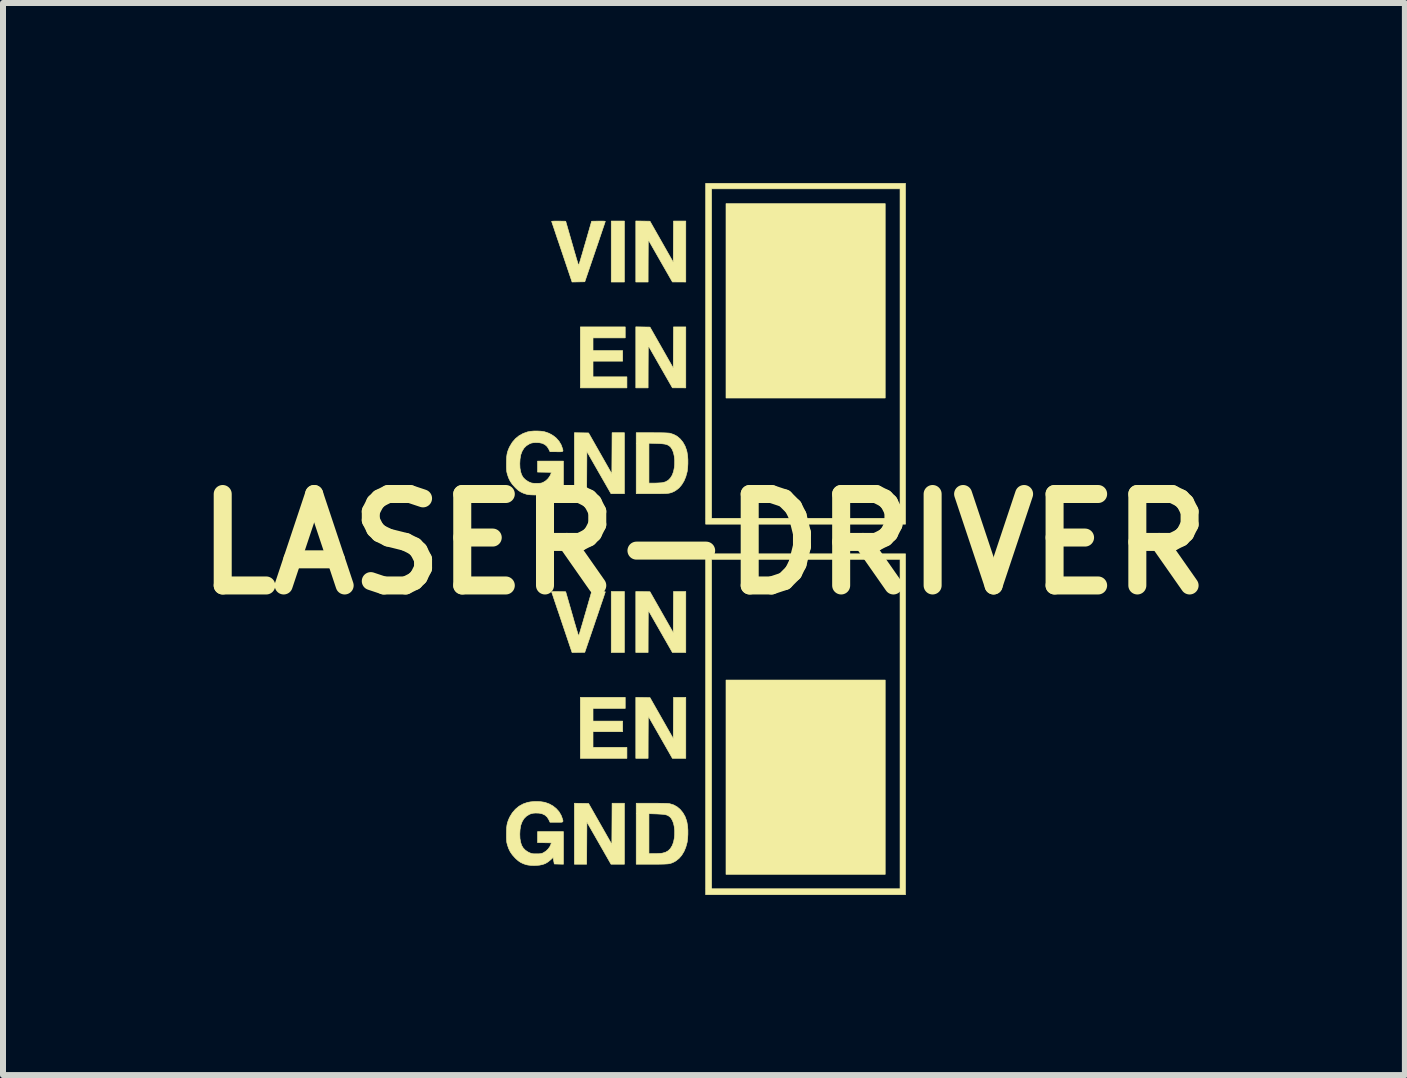
<source format=kicad_pcb>
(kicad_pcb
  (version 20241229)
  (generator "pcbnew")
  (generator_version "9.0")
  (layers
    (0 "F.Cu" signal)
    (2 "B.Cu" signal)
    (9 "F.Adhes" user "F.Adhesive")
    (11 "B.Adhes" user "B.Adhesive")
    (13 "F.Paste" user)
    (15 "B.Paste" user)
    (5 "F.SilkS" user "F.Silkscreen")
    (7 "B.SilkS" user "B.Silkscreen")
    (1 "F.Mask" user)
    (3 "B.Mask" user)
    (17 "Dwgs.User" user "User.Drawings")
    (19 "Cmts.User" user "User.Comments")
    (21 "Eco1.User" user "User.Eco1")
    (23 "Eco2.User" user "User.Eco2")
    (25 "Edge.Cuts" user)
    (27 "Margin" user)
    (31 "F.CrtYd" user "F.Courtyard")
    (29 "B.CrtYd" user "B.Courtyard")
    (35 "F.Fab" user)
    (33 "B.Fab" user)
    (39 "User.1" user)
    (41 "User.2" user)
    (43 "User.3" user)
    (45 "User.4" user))
  (footprint "LASER-DRIVER"
    (layer "F.Cu")
    (at 8.68 6.016)
    (property "Reference" "LASER-DRIVER" (at 0 0 0) (layer "F.SilkS") (effects (font (size 1.524 1.524) (thickness 0.3))))
    (attr through_hole)
    (fp_poly (pts (xy -1.326 -4.367) (xy -1.545 -4.367) (xy -1.545 -5.383) (xy -1.326 -5.383) (xy -1.326 -4.367)) (stroke (width 0.01) (type solid)) (fill yes) (layer "F.SilkS"))
    (fp_poly (pts (xy -1.326 1.806) (xy -1.545 1.806) (xy -1.545 0.79) (xy -1.326 0.79) (xy -1.326 1.806)) (stroke (width 0.01) (type solid)) (fill yes) (layer "F.SilkS"))
    (fp_poly (pts (xy 3.02 -2.434) (xy 0.367 -2.434) (xy 0.367 -5.673) (xy 3.02 -5.673) (xy 3.02 -2.434)) (stroke (width 0.01) (type solid)) (fill yes) (layer "F.SilkS"))
    (fp_poly (pts (xy 3.02 5.503) (xy 0.367 5.503) (xy 0.367 2.265) (xy 3.02 2.265) (xy 3.02 5.503)) (stroke (width 0.01) (type solid)) (fill yes) (layer "F.SilkS"))
    (fp_poly (pts (xy 3.358 -0.332) (xy 0.028 -0.332) (xy 0.028 -5.92) (xy 0.127 -5.92) (xy 0.127 -0.43) (xy 3.267 -0.43) (xy 3.267 -5.92) (xy 0.127 -5.92) (xy 0.028 -5.92) (xy 0.028 -6.011) (xy 3.358 -6.011) (xy 3.358 -0.332)) (stroke (width 0.01) (type solid)) (fill yes) (layer "F.SilkS"))
    (fp_poly (pts (xy 3.358 5.842) (xy 0.028 5.842) (xy 0.028 0.254) (xy 0.127 0.254) (xy 0.127 5.743) (xy 3.267 5.743) (xy 3.267 0.254) (xy 0.127 0.254) (xy 0.028 0.254) (xy 0.028 0.162) (xy 3.358 0.162) (xy 3.358 5.842)) (stroke (width 0.01) (type solid)) (fill yes) (layer "F.SilkS"))
    (fp_poly (pts (xy -1.312 -3.436) (xy -1.849 -3.436) (xy -1.849 -3.224) (xy -1.355 -3.224) (xy -1.355 -3.048) (xy -1.849 -3.048) (xy -1.849 -2.787) (xy -1.284 -2.787) (xy -1.284 -2.603) (xy -2.06 -2.603) (xy -2.06 -3.619) (xy -1.312 -3.619) (xy -1.312 -3.436)) (stroke (width 0.01) (type solid)) (fill yes) (layer "F.SilkS"))
    (fp_poly (pts (xy -1.312 2.738) (xy -1.849 2.738) (xy -1.849 2.949) (xy -1.355 2.949) (xy -1.355 3.126) (xy -1.849 3.126) (xy -1.849 3.387) (xy -1.284 3.387) (xy -1.284 3.57) (xy -2.06 3.57) (xy -2.06 2.554) (xy -1.312 2.554) (xy -1.312 2.738)) (stroke (width 0.01) (type solid)) (fill yes) (layer "F.SilkS"))
    (fp_poly (pts (xy -1.018 -5.382) (xy -0.9 -5.38) (xy -0.512 -4.697) (xy -0.508 -5.383) (xy -0.303 -5.383) (xy -0.303 -4.367) (xy -0.526 -4.368) (xy -0.727 -4.719) (xy -0.928 -5.071) (xy -0.93 -4.719) (xy -0.931 -4.367) (xy -1.136 -4.367) (xy -1.136 -5.384) (xy -1.018 -5.382)) (stroke (width 0.01) (type solid)) (fill yes) (layer "F.SilkS"))
    (fp_poly (pts (xy -1.018 0.792) (xy -0.9 0.794) (xy -0.512 1.476) (xy -0.508 0.79) (xy -0.303 0.79) (xy -0.303 1.806) (xy -0.526 1.806) (xy -0.727 1.454) (xy -0.928 1.103) (xy -0.93 1.455) (xy -0.931 1.806) (xy -1.136 1.806) (xy -1.136 0.79) (xy -1.018 0.792)) (stroke (width 0.01) (type solid)) (fill yes) (layer "F.SilkS"))
    (fp_poly (pts (xy -1.018 2.556) (xy -0.9 2.558) (xy -0.512 3.24) (xy -0.508 2.554) (xy -0.303 2.554) (xy -0.303 3.57) (xy -0.526 3.57) (xy -0.727 3.218) (xy -0.928 2.867) (xy -0.93 3.219) (xy -0.931 3.57) (xy -1.136 3.57) (xy -1.136 2.554) (xy -1.018 2.556)) (stroke (width 0.01) (type solid)) (fill yes) (layer "F.SilkS"))
    (fp_poly (pts (xy -2.041 -1.854) (xy -1.923 -1.852) (xy -1.729 -1.511) (xy -1.535 -1.17) (xy -1.533 -1.513) (xy -1.531 -1.856) (xy -1.326 -1.856) (xy -1.326 -0.84) (xy -1.549 -0.84) (xy -1.75 -1.191) (xy -1.951 -1.543) (xy -1.953 -1.191) (xy -1.955 -0.84) (xy -2.159 -0.84) (xy -2.159 -1.856) (xy -2.041 -1.854)) (stroke (width 0.01) (type solid)) (fill yes) (layer "F.SilkS"))
    (fp_poly (pts (xy -2.041 4.32) (xy -1.923 4.322) (xy -1.729 4.663) (xy -1.535 5.004) (xy -1.533 4.661) (xy -1.531 4.318) (xy -1.326 4.318) (xy -1.326 5.334) (xy -1.549 5.334) (xy -1.75 4.982) (xy -1.951 4.631) (xy -1.953 4.982) (xy -1.955 5.334) (xy -2.159 5.334) (xy -2.159 4.318) (xy -2.041 4.32)) (stroke (width 0.01) (type solid)) (fill yes) (layer "F.SilkS"))
    (fp_poly (pts (xy -1.018 -3.618) (xy -0.9 -3.616) (xy -0.706 -3.275) (xy -0.512 -2.934) (xy -0.51 -3.277) (xy -0.508 -3.619) (xy -0.303 -3.619) (xy -0.303 -2.603) (xy -0.526 -2.604) (xy -0.727 -2.955) (xy -0.928 -3.307) (xy -0.93 -2.955) (xy -0.931 -2.603) (xy -1.136 -2.603) (xy -1.136 -3.62) (xy -1.018 -3.618)) (stroke (width 0.01) (type solid)) (fill yes) (layer "F.SilkS"))
    (fp_poly (pts (xy -1.687 -5.382) (xy -1.662 -5.381) (xy -1.647 -5.379) (xy -1.644 -5.378) (xy -1.646 -5.371) (xy -1.653 -5.351) (xy -1.663 -5.32) (xy -1.677 -5.279) (xy -1.694 -5.229) (xy -1.714 -5.17) (xy -1.736 -5.105) (xy -1.76 -5.033) (xy -1.786 -4.957) (xy -1.814 -4.876) (xy -1.815 -4.872) (xy -1.986 -4.371) (xy -2.092 -4.369) (xy -2.198 -4.367) (xy -2.367 -4.869) (xy -2.394 -4.949) (xy -2.42 -5.026) (xy -2.445 -5.098) (xy -2.467 -5.164) (xy -2.487 -5.224) (xy -2.504 -5.275) (xy -2.518 -5.316) (xy -2.529 -5.348) (xy -2.536 -5.369) (xy -2.539 -5.377) (xy -2.539 -5.377) (xy -2.533 -5.379) (xy -2.514 -5.381) (xy -2.483 -5.382) (xy -2.442 -5.382) (xy -2.423 -5.382) (xy -2.304 -5.38) (xy -2.198 -5.011) (xy -2.178 -4.942) (xy -2.16 -4.877) (xy -2.142 -4.817) (xy -2.127 -4.764) (xy -2.113 -4.719) (xy -2.102 -4.684) (xy -2.094 -4.658) (xy -2.09 -4.645) (xy -2.089 -4.643) (xy -2.086 -4.649) (xy -2.08 -4.668) (xy -2.07 -4.698) (xy -2.058 -4.738) (xy -2.044 -4.786) (xy -2.027 -4.842) (xy -2.009 -4.905) (xy -1.99 -4.972) (xy -1.978 -5.011) (xy -1.872 -5.38) (xy -1.758 -5.382) (xy -1.72 -5.382) (xy -1.687 -5.382)) (stroke (width 0.01) (type solid)) (fill yes) (layer "F.SilkS"))
    (fp_poly (pts (xy -1.687 0.792) (xy -1.662 0.793) (xy -1.647 0.794) (xy -1.644 0.795) (xy -1.646 0.803) (xy -1.653 0.822) (xy -1.663 0.853) (xy -1.677 0.895) (xy -1.694 0.945) (xy -1.714 1.003) (xy -1.736 1.069) (xy -1.76 1.14) (xy -1.786 1.217) (xy -1.814 1.297) (xy -1.815 1.302) (xy -1.986 1.803) (xy -2.092 1.805) (xy -2.198 1.806) (xy -2.367 1.305) (xy -2.394 1.224) (xy -2.42 1.147) (xy -2.445 1.075) (xy -2.467 1.009) (xy -2.487 0.95) (xy -2.504 0.899) (xy -2.518 0.857) (xy -2.529 0.825) (xy -2.536 0.805) (xy -2.539 0.797) (xy -2.539 0.797) (xy -2.533 0.794) (xy -2.514 0.792) (xy -2.483 0.792) (xy -2.442 0.792) (xy -2.423 0.792) (xy -2.304 0.794) (xy -2.198 1.162) (xy -2.178 1.232) (xy -2.16 1.297) (xy -2.142 1.356) (xy -2.127 1.409) (xy -2.113 1.454) (xy -2.102 1.49) (xy -2.094 1.515) (xy -2.09 1.529) (xy -2.089 1.531) (xy -2.086 1.524) (xy -2.08 1.506) (xy -2.07 1.476) (xy -2.058 1.436) (xy -2.044 1.387) (xy -2.027 1.331) (xy -2.009 1.269) (xy -1.99 1.202) (xy -1.978 1.162) (xy -1.872 0.794) (xy -1.758 0.792) (xy -1.72 0.791) (xy -1.687 0.792)) (stroke (width 0.01) (type solid)) (fill yes) (layer "F.SilkS"))
    (fp_poly (pts (xy -0.793 -1.855) (xy -0.726 -1.855) (xy -0.67 -1.854) (xy -0.625 -1.852) (xy -0.592 -1.85) (xy -0.572 -1.848) (xy -0.57 -1.848) (xy -0.505 -1.827) (xy -0.446 -1.795) (xy -0.395 -1.751) (xy -0.351 -1.697) (xy -0.315 -1.633) (xy -0.289 -1.561) (xy -0.282 -1.53) (xy -0.273 -1.472) (xy -0.268 -1.407) (xy -0.268 -1.339) (xy -0.272 -1.272) (xy -0.279 -1.213) (xy -0.281 -1.203) (xy -0.303 -1.123) (xy -0.333 -1.051) (xy -0.371 -0.989) (xy -0.416 -0.936) (xy -0.467 -0.896) (xy -0.497 -0.878) (xy -0.517 -0.869) (xy -0.536 -0.861) (xy -0.555 -0.855) (xy -0.575 -0.85) (xy -0.599 -0.846) (xy -0.629 -0.843) (xy -0.665 -0.842) (xy -0.709 -0.841) (xy -0.763 -0.84) (xy -0.829 -0.84) (xy -0.87 -0.84) (xy -1.129 -0.84) (xy -1.129 -1.016) (xy -0.917 -1.016) (xy -0.831 -1.016) (xy -0.791 -1.017) (xy -0.751 -1.019) (xy -0.716 -1.021) (xy -0.695 -1.023) (xy -0.642 -1.037) (xy -0.596 -1.063) (xy -0.559 -1.101) (xy -0.529 -1.149) (xy -0.507 -1.209) (xy -0.493 -1.279) (xy -0.489 -1.323) (xy -0.488 -1.397) (xy -0.495 -1.464) (xy -0.508 -1.524) (xy -0.528 -1.574) (xy -0.553 -1.613) (xy -0.56 -1.62) (xy -0.579 -1.637) (xy -0.599 -1.649) (xy -0.622 -1.659) (xy -0.651 -1.666) (xy -0.689 -1.671) (xy -0.736 -1.675) (xy -0.792 -1.677) (xy -0.917 -1.681) (xy -0.917 -1.016) (xy -1.129 -1.016) (xy -1.129 -1.856) (xy -0.868 -1.856) (xy -0.793 -1.855)) (stroke (width 0.01) (type solid)) (fill yes) (layer "F.SilkS"))
    (fp_poly (pts (xy -0.793 4.318) (xy -0.726 4.319) (xy -0.67 4.32) (xy -0.625 4.321) (xy -0.592 4.323) (xy -0.572 4.325) (xy -0.57 4.326) (xy -0.505 4.346) (xy -0.446 4.379) (xy -0.395 4.423) (xy -0.351 4.477) (xy -0.315 4.54) (xy -0.289 4.612) (xy -0.282 4.644) (xy -0.273 4.701) (xy -0.268 4.767) (xy -0.268 4.835) (xy -0.272 4.901) (xy -0.279 4.96) (xy -0.281 4.971) (xy -0.303 5.051) (xy -0.333 5.122) (xy -0.371 5.185) (xy -0.416 5.237) (xy -0.467 5.278) (xy -0.497 5.295) (xy -0.517 5.305) (xy -0.536 5.313) (xy -0.555 5.319) (xy -0.575 5.324) (xy -0.599 5.328) (xy -0.629 5.33) (xy -0.665 5.332) (xy -0.709 5.333) (xy -0.763 5.334) (xy -0.829 5.334) (xy -0.87 5.334) (xy -1.129 5.334) (xy -1.129 5.158) (xy -0.917 5.158) (xy -0.831 5.157) (xy -0.791 5.157) (xy -0.751 5.155) (xy -0.716 5.153) (xy -0.695 5.15) (xy -0.642 5.136) (xy -0.596 5.11) (xy -0.559 5.073) (xy -0.529 5.024) (xy -0.507 4.965) (xy -0.493 4.894) (xy -0.489 4.85) (xy -0.488 4.777) (xy -0.495 4.709) (xy -0.508 4.65) (xy -0.528 4.6) (xy -0.553 4.561) (xy -0.56 4.553) (xy -0.579 4.537) (xy -0.599 4.524) (xy -0.622 4.514) (xy -0.651 4.507) (xy -0.689 4.502) (xy -0.736 4.499) (xy -0.792 4.496) (xy -0.917 4.492) (xy -0.917 5.158) (xy -1.129 5.158) (xy -1.129 4.318) (xy -0.868 4.318) (xy -0.793 4.318)) (stroke (width 0.01) (type solid)) (fill yes) (layer "F.SilkS"))
    (fp_poly (pts (xy -2.715 -1.881) (xy -2.663 -1.873) (xy -2.651 -1.87) (xy -2.581 -1.846) (xy -2.517 -1.81) (xy -2.461 -1.766) (xy -2.415 -1.713) (xy -2.38 -1.654) (xy -2.364 -1.61) (xy -2.355 -1.583) (xy -2.35 -1.564) (xy -2.351 -1.551) (xy -2.358 -1.544) (xy -2.373 -1.54) (xy -2.399 -1.538) (xy -2.436 -1.538) (xy -2.457 -1.539) (xy -2.565 -1.539) (xy -2.586 -1.582) (xy -2.613 -1.625) (xy -2.649 -1.657) (xy -2.693 -1.679) (xy -2.747 -1.69) (xy -2.807 -1.692) (xy -2.845 -1.689) (xy -2.874 -1.684) (xy -2.9 -1.674) (xy -2.907 -1.671) (xy -2.958 -1.64) (xy -2.999 -1.599) (xy -3.03 -1.548) (xy -3.053 -1.487) (xy -3.065 -1.415) (xy -3.069 -1.341) (xy -3.066 -1.267) (xy -3.055 -1.205) (xy -3.038 -1.153) (xy -3.012 -1.109) (xy -2.977 -1.074) (xy -2.933 -1.044) (xy -2.914 -1.034) (xy -2.892 -1.025) (xy -2.874 -1.018) (xy -2.855 -1.015) (xy -2.832 -1.013) (xy -2.799 -1.012) (xy -2.79 -1.012) (xy -2.755 -1.013) (xy -2.73 -1.014) (xy -2.71 -1.017) (xy -2.693 -1.023) (xy -2.674 -1.032) (xy -2.673 -1.032) (xy -2.632 -1.058) (xy -2.596 -1.093) (xy -2.568 -1.133) (xy -2.555 -1.159) (xy -2.542 -1.196) (xy -2.657 -1.198) (xy -2.773 -1.2) (xy -2.773 -1.383) (xy -2.342 -1.383) (xy -2.342 -0.839) (xy -2.418 -0.841) (xy -2.494 -0.843) (xy -2.504 -0.898) (xy -2.513 -0.953) (xy -2.555 -0.914) (xy -2.598 -0.878) (xy -2.642 -0.852) (xy -2.689 -0.834) (xy -2.743 -0.823) (xy -2.806 -0.819) (xy -2.833 -0.819) (xy -2.888 -0.821) (xy -2.931 -0.825) (xy -2.961 -0.832) (xy -3.011 -0.849) (xy -3.053 -0.869) (xy -3.093 -0.895) (xy -3.133 -0.931) (xy -3.147 -0.945) (xy -3.193 -0.996) (xy -3.228 -1.047) (xy -3.255 -1.102) (xy -3.275 -1.161) (xy -3.281 -1.184) (xy -3.286 -1.205) (xy -3.288 -1.228) (xy -3.29 -1.256) (xy -3.291 -1.292) (xy -3.291 -1.339) (xy -3.291 -1.341) (xy -3.29 -1.4) (xy -3.288 -1.449) (xy -3.283 -1.49) (xy -3.275 -1.528) (xy -3.263 -1.564) (xy -3.247 -1.603) (xy -3.234 -1.629) (xy -3.193 -1.697) (xy -3.142 -1.756) (xy -3.082 -1.805) (xy -3.014 -1.843) (xy -2.939 -1.87) (xy -2.938 -1.87) (xy -2.889 -1.879) (xy -2.833 -1.884) (xy -2.773 -1.884) (xy -2.715 -1.881)) (stroke (width 0.01) (type solid)) (fill yes) (layer "F.SilkS"))
    (fp_poly (pts (xy -2.715 4.293) (xy -2.663 4.301) (xy -2.651 4.303) (xy -2.581 4.328) (xy -2.517 4.363) (xy -2.461 4.408) (xy -2.415 4.46) (xy -2.38 4.52) (xy -2.364 4.563) (xy -2.355 4.59) (xy -2.35 4.609) (xy -2.351 4.622) (xy -2.358 4.63) (xy -2.373 4.634) (xy -2.399 4.635) (xy -2.436 4.635) (xy -2.457 4.635) (xy -2.565 4.635) (xy -2.586 4.591) (xy -2.613 4.548) (xy -2.649 4.516) (xy -2.693 4.495) (xy -2.747 4.483) (xy -2.807 4.481) (xy -2.845 4.484) (xy -2.874 4.49) (xy -2.9 4.499) (xy -2.907 4.502) (xy -2.958 4.533) (xy -2.999 4.574) (xy -3.03 4.625) (xy -3.053 4.687) (xy -3.065 4.759) (xy -3.069 4.832) (xy -3.066 4.906) (xy -3.055 4.968) (xy -3.038 5.021) (xy -3.012 5.064) (xy -2.977 5.1) (xy -2.933 5.13) (xy -2.914 5.139) (xy -2.892 5.149) (xy -2.874 5.155) (xy -2.855 5.159) (xy -2.832 5.161) (xy -2.799 5.161) (xy -2.79 5.161) (xy -2.755 5.161) (xy -2.73 5.159) (xy -2.71 5.156) (xy -2.693 5.151) (xy -2.674 5.142) (xy -2.673 5.141) (xy -2.632 5.115) (xy -2.596 5.08) (xy -2.568 5.041) (xy -2.555 5.014) (xy -2.542 4.978) (xy -2.657 4.976) (xy -2.773 4.974) (xy -2.773 4.791) (xy -2.342 4.791) (xy -2.342 5.334) (xy -2.418 5.332) (xy -2.494 5.33) (xy -2.504 5.276) (xy -2.513 5.221) (xy -2.555 5.26) (xy -2.598 5.295) (xy -2.642 5.322) (xy -2.689 5.339) (xy -2.743 5.35) (xy -2.806 5.354) (xy -2.833 5.355) (xy -2.888 5.353) (xy -2.931 5.348) (xy -2.961 5.342) (xy -3.011 5.325) (xy -3.053 5.305) (xy -3.093 5.278) (xy -3.133 5.243) (xy -3.147 5.229) (xy -3.193 5.178) (xy -3.228 5.127) (xy -3.255 5.072) (xy -3.275 5.013) (xy -3.281 4.99) (xy -3.286 4.969) (xy -3.288 4.945) (xy -3.29 4.918) (xy -3.291 4.882) (xy -3.291 4.835) (xy -3.291 4.833) (xy -3.29 4.773) (xy -3.288 4.725) (xy -3.283 4.683) (xy -3.275 4.646) (xy -3.263 4.61) (xy -3.247 4.571) (xy -3.234 4.544) (xy -3.193 4.477) (xy -3.142 4.418) (xy -3.082 4.368) (xy -3.014 4.33) (xy -2.939 4.304) (xy -2.938 4.304) (xy -2.889 4.295) (xy -2.833 4.29) (xy -2.773 4.289) (xy -2.715 4.293)) (stroke (width 0.01) (type solid)) (fill yes) (layer "F.SilkS")))
  (gr_rect
    (start -3 -3)
    (end 20.359 14.863)
    (stroke (width 0.1) (type default))
    (fill no)
    (layer "Edge.Cuts")))
</source>
